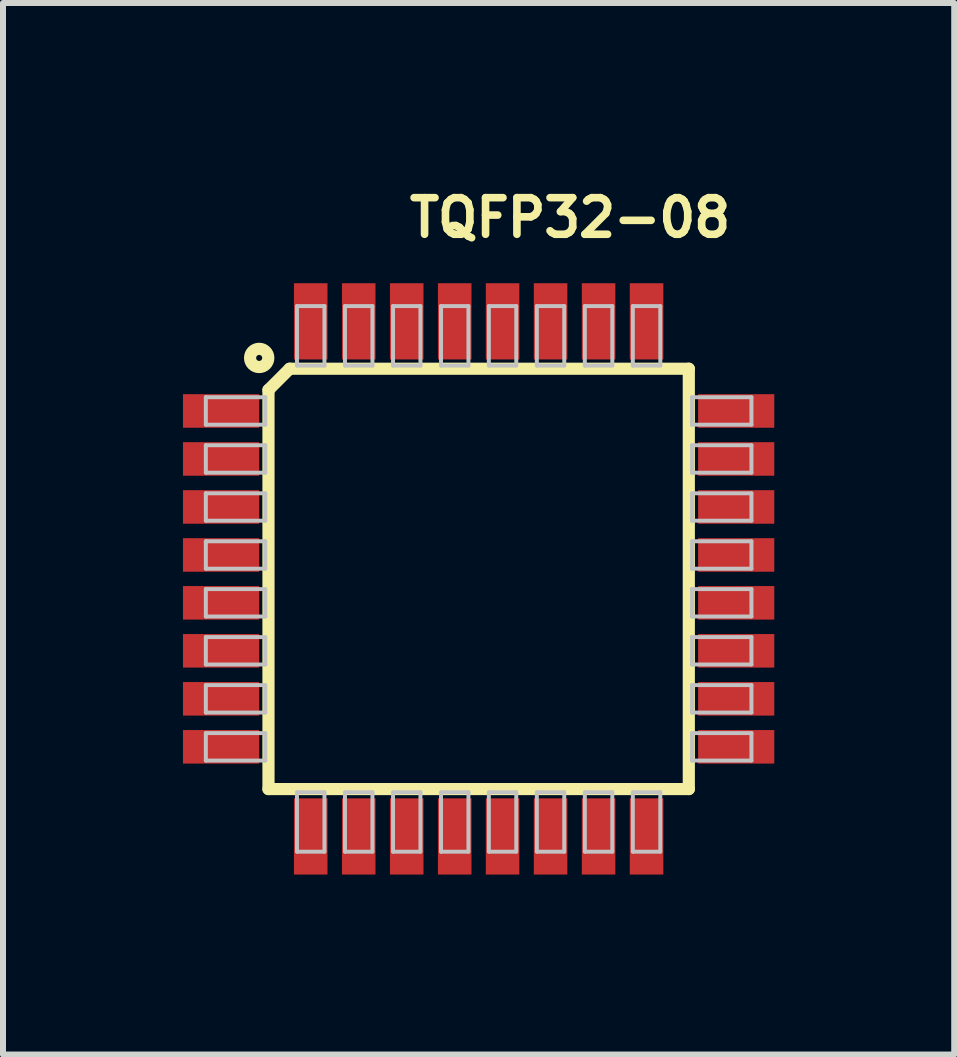
<source format=kicad_pcb>
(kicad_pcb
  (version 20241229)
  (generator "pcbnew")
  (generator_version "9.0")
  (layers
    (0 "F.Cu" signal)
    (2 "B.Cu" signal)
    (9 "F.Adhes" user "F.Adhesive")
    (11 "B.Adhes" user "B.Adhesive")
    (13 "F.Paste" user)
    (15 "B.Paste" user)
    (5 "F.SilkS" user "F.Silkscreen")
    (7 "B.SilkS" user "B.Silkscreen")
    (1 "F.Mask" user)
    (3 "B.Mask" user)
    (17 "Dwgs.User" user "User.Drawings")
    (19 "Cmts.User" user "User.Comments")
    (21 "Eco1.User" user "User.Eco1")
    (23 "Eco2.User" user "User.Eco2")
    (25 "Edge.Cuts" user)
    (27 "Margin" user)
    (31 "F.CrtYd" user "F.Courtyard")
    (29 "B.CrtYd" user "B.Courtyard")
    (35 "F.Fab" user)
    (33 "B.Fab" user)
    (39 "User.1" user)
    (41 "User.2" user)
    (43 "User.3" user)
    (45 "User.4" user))
  (footprint "TQFP32-08"
    (layer "F.Cu")
    (at 4.928 6.599)
    (property "Reference" "TQFP32-08" (at 1.524 -6.02 0) (layer "F.SilkS") (effects (font (size 0.61 0.61) (thickness 0.127))))
    (attr smd)
    (fp_line (start -3.503 3.503) (end -3.503 -3.15) (stroke (width 0.203) (type solid)) (layer "F.SilkS"))
    (fp_line (start -3.15 -3.503) (end -3.503 -3.15) (stroke (width 0.203) (type solid)) (layer "F.SilkS"))
    (fp_line (start -3.15 -3.503) (end 3.503 -3.503) (stroke (width 0.203) (type solid)) (layer "F.SilkS"))
    (fp_line (start 3.503 -3.503) (end 3.503 3.503) (stroke (width 0.203) (type solid)) (layer "F.SilkS"))
    (fp_line (start 3.503 3.503) (end -3.503 3.503) (stroke (width 0.203) (type solid)) (layer "F.SilkS"))
    (fp_circle (center -3.658 -3.683) (end -3.658 -3.835) (stroke (width 0.203) (type solid)) (fill no) (layer "F.SilkS"))
    (fp_line (start -4.547 -3.028) (end -3.556 -3.028) (stroke (width 0.066) (type solid)) (layer "Dwgs.User"))
    (fp_line (start -4.547 -2.57) (end -4.547 -3.028) (stroke (width 0.066) (type solid)) (layer "Dwgs.User"))
    (fp_line (start -4.547 -2.57) (end -3.556 -2.57) (stroke (width 0.066) (type solid)) (layer "Dwgs.User"))
    (fp_line (start -4.547 -2.228) (end -3.556 -2.228) (stroke (width 0.066) (type solid)) (layer "Dwgs.User"))
    (fp_line (start -4.547 -1.77) (end -4.547 -2.228) (stroke (width 0.066) (type solid)) (layer "Dwgs.User"))
    (fp_line (start -4.547 -1.77) (end -3.556 -1.77) (stroke (width 0.066) (type solid)) (layer "Dwgs.User"))
    (fp_line (start -4.547 -1.427) (end -3.556 -1.427) (stroke (width 0.066) (type solid)) (layer "Dwgs.User"))
    (fp_line (start -4.547 -0.97) (end -4.547 -1.427) (stroke (width 0.066) (type solid)) (layer "Dwgs.User"))
    (fp_line (start -4.547 -0.97) (end -3.556 -0.97) (stroke (width 0.066) (type solid)) (layer "Dwgs.User"))
    (fp_line (start -4.547 -0.627) (end -3.556 -0.627) (stroke (width 0.066) (type solid)) (layer "Dwgs.User"))
    (fp_line (start -4.547 -0.17) (end -4.547 -0.627) (stroke (width 0.066) (type solid)) (layer "Dwgs.User"))
    (fp_line (start -4.547 -0.17) (end -3.556 -0.17) (stroke (width 0.066) (type solid)) (layer "Dwgs.User"))
    (fp_line (start -4.547 0.17) (end -3.556 0.17) (stroke (width 0.066) (type solid)) (layer "Dwgs.User"))
    (fp_line (start -4.547 0.627) (end -4.547 0.17) (stroke (width 0.066) (type solid)) (layer "Dwgs.User"))
    (fp_line (start -4.547 0.627) (end -3.556 0.627) (stroke (width 0.066) (type solid)) (layer "Dwgs.User"))
    (fp_line (start -4.547 0.97) (end -3.556 0.97) (stroke (width 0.066) (type solid)) (layer "Dwgs.User"))
    (fp_line (start -4.547 1.427) (end -4.547 0.97) (stroke (width 0.066) (type solid)) (layer "Dwgs.User"))
    (fp_line (start -4.547 1.427) (end -3.556 1.427) (stroke (width 0.066) (type solid)) (layer "Dwgs.User"))
    (fp_line (start -4.547 1.77) (end -3.556 1.77) (stroke (width 0.066) (type solid)) (layer "Dwgs.User"))
    (fp_line (start -4.547 2.228) (end -4.547 1.77) (stroke (width 0.066) (type solid)) (layer "Dwgs.User"))
    (fp_line (start -4.547 2.228) (end -3.556 2.228) (stroke (width 0.066) (type solid)) (layer "Dwgs.User"))
    (fp_line (start -4.547 2.57) (end -3.556 2.57) (stroke (width 0.066) (type solid)) (layer "Dwgs.User"))
    (fp_line (start -4.547 3.028) (end -4.547 2.57) (stroke (width 0.066) (type solid)) (layer "Dwgs.User"))
    (fp_line (start -4.547 3.028) (end -3.556 3.028) (stroke (width 0.066) (type solid)) (layer "Dwgs.User"))
    (fp_line (start -3.556 -2.57) (end -3.556 -3.028) (stroke (width 0.066) (type solid)) (layer "Dwgs.User"))
    (fp_line (start -3.556 -1.77) (end -3.556 -2.228) (stroke (width 0.066) (type solid)) (layer "Dwgs.User"))
    (fp_line (start -3.556 -0.97) (end -3.556 -1.427) (stroke (width 0.066) (type solid)) (layer "Dwgs.User"))
    (fp_line (start -3.556 -0.17) (end -3.556 -0.627) (stroke (width 0.066) (type solid)) (layer "Dwgs.User"))
    (fp_line (start -3.556 0.627) (end -3.556 0.17) (stroke (width 0.066) (type solid)) (layer "Dwgs.User"))
    (fp_line (start -3.556 1.427) (end -3.556 0.97) (stroke (width 0.066) (type solid)) (layer "Dwgs.User"))
    (fp_line (start -3.556 2.228) (end -3.556 1.77) (stroke (width 0.066) (type solid)) (layer "Dwgs.User"))
    (fp_line (start -3.556 3.028) (end -3.556 2.57) (stroke (width 0.066) (type solid)) (layer "Dwgs.User"))
    (fp_line (start -3.028 -4.547) (end -2.57 -4.547) (stroke (width 0.066) (type solid)) (layer "Dwgs.User"))
    (fp_line (start -3.028 -3.556) (end -3.028 -4.547) (stroke (width 0.066) (type solid)) (layer "Dwgs.User"))
    (fp_line (start -3.028 -3.556) (end -2.57 -3.556) (stroke (width 0.066) (type solid)) (layer "Dwgs.User"))
    (fp_line (start -3.028 3.556) (end -2.57 3.556) (stroke (width 0.066) (type solid)) (layer "Dwgs.User"))
    (fp_line (start -3.028 4.547) (end -3.028 3.556) (stroke (width 0.066) (type solid)) (layer "Dwgs.User"))
    (fp_line (start -3.028 4.547) (end -2.57 4.547) (stroke (width 0.066) (type solid)) (layer "Dwgs.User"))
    (fp_line (start -2.57 -3.556) (end -2.57 -4.547) (stroke (width 0.066) (type solid)) (layer "Dwgs.User"))
    (fp_line (start -2.57 4.547) (end -2.57 3.556) (stroke (width 0.066) (type solid)) (layer "Dwgs.User"))
    (fp_line (start -2.228 -4.547) (end -1.77 -4.547) (stroke (width 0.066) (type solid)) (layer "Dwgs.User"))
    (fp_line (start -2.228 -3.556) (end -2.228 -4.547) (stroke (width 0.066) (type solid)) (layer "Dwgs.User"))
    (fp_line (start -2.228 -3.556) (end -1.77 -3.556) (stroke (width 0.066) (type solid)) (layer "Dwgs.User"))
    (fp_line (start -2.228 3.556) (end -1.77 3.556) (stroke (width 0.066) (type solid)) (layer "Dwgs.User"))
    (fp_line (start -2.228 4.547) (end -2.228 3.556) (stroke (width 0.066) (type solid)) (layer "Dwgs.User"))
    (fp_line (start -2.228 4.547) (end -1.77 4.547) (stroke (width 0.066) (type solid)) (layer "Dwgs.User"))
    (fp_line (start -1.77 -3.556) (end -1.77 -4.547) (stroke (width 0.066) (type solid)) (layer "Dwgs.User"))
    (fp_line (start -1.77 4.547) (end -1.77 3.556) (stroke (width 0.066) (type solid)) (layer "Dwgs.User"))
    (fp_line (start -1.427 -4.547) (end -0.97 -4.547) (stroke (width 0.066) (type solid)) (layer "Dwgs.User"))
    (fp_line (start -1.427 -3.556) (end -1.427 -4.547) (stroke (width 0.066) (type solid)) (layer "Dwgs.User"))
    (fp_line (start -1.427 -3.556) (end -0.97 -3.556) (stroke (width 0.066) (type solid)) (layer "Dwgs.User"))
    (fp_line (start -1.427 3.556) (end -0.97 3.556) (stroke (width 0.066) (type solid)) (layer "Dwgs.User"))
    (fp_line (start -1.427 4.547) (end -1.427 3.556) (stroke (width 0.066) (type solid)) (layer "Dwgs.User"))
    (fp_line (start -1.427 4.547) (end -0.97 4.547) (stroke (width 0.066) (type solid)) (layer "Dwgs.User"))
    (fp_line (start -0.97 -3.556) (end -0.97 -4.547) (stroke (width 0.066) (type solid)) (layer "Dwgs.User"))
    (fp_line (start -0.97 4.547) (end -0.97 3.556) (stroke (width 0.066) (type solid)) (layer "Dwgs.User"))
    (fp_line (start -0.627 -4.547) (end -0.17 -4.547) (stroke (width 0.066) (type solid)) (layer "Dwgs.User"))
    (fp_line (start -0.627 -3.556) (end -0.627 -4.547) (stroke (width 0.066) (type solid)) (layer "Dwgs.User"))
    (fp_line (start -0.627 -3.556) (end -0.17 -3.556) (stroke (width 0.066) (type solid)) (layer "Dwgs.User"))
    (fp_line (start -0.627 3.556) (end -0.17 3.556) (stroke (width 0.066) (type solid)) (layer "Dwgs.User"))
    (fp_line (start -0.627 4.547) (end -0.627 3.556) (stroke (width 0.066) (type solid)) (layer "Dwgs.User"))
    (fp_line (start -0.627 4.547) (end -0.17 4.547) (stroke (width 0.066) (type solid)) (layer "Dwgs.User"))
    (fp_line (start -0.17 -3.556) (end -0.17 -4.547) (stroke (width 0.066) (type solid)) (layer "Dwgs.User"))
    (fp_line (start -0.17 4.547) (end -0.17 3.556) (stroke (width 0.066) (type solid)) (layer "Dwgs.User"))
    (fp_line (start 0.17 -4.547) (end 0.627 -4.547) (stroke (width 0.066) (type solid)) (layer "Dwgs.User"))
    (fp_line (start 0.17 -3.556) (end 0.17 -4.547) (stroke (width 0.066) (type solid)) (layer "Dwgs.User"))
    (fp_line (start 0.17 -3.556) (end 0.627 -3.556) (stroke (width 0.066) (type solid)) (layer "Dwgs.User"))
    (fp_line (start 0.17 3.556) (end 0.627 3.556) (stroke (width 0.066) (type solid)) (layer "Dwgs.User"))
    (fp_line (start 0.17 4.547) (end 0.17 3.556) (stroke (width 0.066) (type solid)) (layer "Dwgs.User"))
    (fp_line (start 0.17 4.547) (end 0.627 4.547) (stroke (width 0.066) (type solid)) (layer "Dwgs.User"))
    (fp_line (start 0.627 -3.556) (end 0.627 -4.547) (stroke (width 0.066) (type solid)) (layer "Dwgs.User"))
    (fp_line (start 0.627 4.547) (end 0.627 3.556) (stroke (width 0.066) (type solid)) (layer "Dwgs.User"))
    (fp_line (start 0.97 -4.547) (end 1.427 -4.547) (stroke (width 0.066) (type solid)) (layer "Dwgs.User"))
    (fp_line (start 0.97 -3.556) (end 0.97 -4.547) (stroke (width 0.066) (type solid)) (layer "Dwgs.User"))
    (fp_line (start 0.97 -3.556) (end 1.427 -3.556) (stroke (width 0.066) (type solid)) (layer "Dwgs.User"))
    (fp_line (start 0.97 3.556) (end 1.427 3.556) (stroke (width 0.066) (type solid)) (layer "Dwgs.User"))
    (fp_line (start 0.97 4.547) (end 0.97 3.556) (stroke (width 0.066) (type solid)) (layer "Dwgs.User"))
    (fp_line (start 0.97 4.547) (end 1.427 4.547) (stroke (width 0.066) (type solid)) (layer "Dwgs.User"))
    (fp_line (start 1.427 -3.556) (end 1.427 -4.547) (stroke (width 0.066) (type solid)) (layer "Dwgs.User"))
    (fp_line (start 1.427 4.547) (end 1.427 3.556) (stroke (width 0.066) (type solid)) (layer "Dwgs.User"))
    (fp_line (start 1.77 -4.547) (end 2.228 -4.547) (stroke (width 0.066) (type solid)) (layer "Dwgs.User"))
    (fp_line (start 1.77 -3.556) (end 1.77 -4.547) (stroke (width 0.066) (type solid)) (layer "Dwgs.User"))
    (fp_line (start 1.77 -3.556) (end 2.228 -3.556) (stroke (width 0.066) (type solid)) (layer "Dwgs.User"))
    (fp_line (start 1.77 3.556) (end 2.228 3.556) (stroke (width 0.066) (type solid)) (layer "Dwgs.User"))
    (fp_line (start 1.77 4.547) (end 1.77 3.556) (stroke (width 0.066) (type solid)) (layer "Dwgs.User"))
    (fp_line (start 1.77 4.547) (end 2.228 4.547) (stroke (width 0.066) (type solid)) (layer "Dwgs.User"))
    (fp_line (start 2.228 -3.556) (end 2.228 -4.547) (stroke (width 0.066) (type solid)) (layer "Dwgs.User"))
    (fp_line (start 2.228 4.547) (end 2.228 3.556) (stroke (width 0.066) (type solid)) (layer "Dwgs.User"))
    (fp_line (start 2.57 -4.547) (end 3.028 -4.547) (stroke (width 0.066) (type solid)) (layer "Dwgs.User"))
    (fp_line (start 2.57 -3.556) (end 2.57 -4.547) (stroke (width 0.066) (type solid)) (layer "Dwgs.User"))
    (fp_line (start 2.57 -3.556) (end 3.028 -3.556) (stroke (width 0.066) (type solid)) (layer "Dwgs.User"))
    (fp_line (start 2.57 3.556) (end 3.028 3.556) (stroke (width 0.066) (type solid)) (layer "Dwgs.User"))
    (fp_line (start 2.57 4.547) (end 2.57 3.556) (stroke (width 0.066) (type solid)) (layer "Dwgs.User"))
    (fp_line (start 2.57 4.547) (end 3.028 4.547) (stroke (width 0.066) (type solid)) (layer "Dwgs.User"))
    (fp_line (start 3.028 -3.556) (end 3.028 -4.547) (stroke (width 0.066) (type solid)) (layer "Dwgs.User"))
    (fp_line (start 3.028 4.547) (end 3.028 3.556) (stroke (width 0.066) (type solid)) (layer "Dwgs.User"))
    (fp_line (start 3.556 -3.028) (end 4.547 -3.028) (stroke (width 0.066) (type solid)) (layer "Dwgs.User"))
    (fp_line (start 3.556 -2.57) (end 3.556 -3.028) (stroke (width 0.066) (type solid)) (layer "Dwgs.User"))
    (fp_line (start 3.556 -2.57) (end 4.547 -2.57) (stroke (width 0.066) (type solid)) (layer "Dwgs.User"))
    (fp_line (start 3.556 -2.228) (end 4.547 -2.228) (stroke (width 0.066) (type solid)) (layer "Dwgs.User"))
    (fp_line (start 3.556 -1.77) (end 3.556 -2.228) (stroke (width 0.066) (type solid)) (layer "Dwgs.User"))
    (fp_line (start 3.556 -1.77) (end 4.547 -1.77) (stroke (width 0.066) (type solid)) (layer "Dwgs.User"))
    (fp_line (start 3.556 -1.427) (end 4.547 -1.427) (stroke (width 0.066) (type solid)) (layer "Dwgs.User"))
    (fp_line (start 3.556 -0.97) (end 3.556 -1.427) (stroke (width 0.066) (type solid)) (layer "Dwgs.User"))
    (fp_line (start 3.556 -0.97) (end 4.547 -0.97) (stroke (width 0.066) (type solid)) (layer "Dwgs.User"))
    (fp_line (start 3.556 -0.627) (end 4.547 -0.627) (stroke (width 0.066) (type solid)) (layer "Dwgs.User"))
    (fp_line (start 3.556 -0.17) (end 3.556 -0.627) (stroke (width 0.066) (type solid)) (layer "Dwgs.User"))
    (fp_line (start 3.556 -0.17) (end 4.547 -0.17) (stroke (width 0.066) (type solid)) (layer "Dwgs.User"))
    (fp_line (start 3.556 0.17) (end 4.547 0.17) (stroke (width 0.066) (type solid)) (layer "Dwgs.User"))
    (fp_line (start 3.556 0.627) (end 3.556 0.17) (stroke (width 0.066) (type solid)) (layer "Dwgs.User"))
    (fp_line (start 3.556 0.627) (end 4.547 0.627) (stroke (width 0.066) (type solid)) (layer "Dwgs.User"))
    (fp_line (start 3.556 0.97) (end 4.547 0.97) (stroke (width 0.066) (type solid)) (layer "Dwgs.User"))
    (fp_line (start 3.556 1.427) (end 3.556 0.97) (stroke (width 0.066) (type solid)) (layer "Dwgs.User"))
    (fp_line (start 3.556 1.427) (end 4.547 1.427) (stroke (width 0.066) (type solid)) (layer "Dwgs.User"))
    (fp_line (start 3.556 1.77) (end 4.547 1.77) (stroke (width 0.066) (type solid)) (layer "Dwgs.User"))
    (fp_line (start 3.556 2.228) (end 3.556 1.77) (stroke (width 0.066) (type solid)) (layer "Dwgs.User"))
    (fp_line (start 3.556 2.228) (end 4.547 2.228) (stroke (width 0.066) (type solid)) (layer "Dwgs.User"))
    (fp_line (start 3.556 2.57) (end 4.547 2.57) (stroke (width 0.066) (type solid)) (layer "Dwgs.User"))
    (fp_line (start 3.556 3.028) (end 3.556 2.57) (stroke (width 0.066) (type solid)) (layer "Dwgs.User"))
    (fp_line (start 3.556 3.028) (end 4.547 3.028) (stroke (width 0.066) (type solid)) (layer "Dwgs.User"))
    (fp_line (start 4.547 -2.57) (end 4.547 -3.028) (stroke (width 0.066) (type solid)) (layer "Dwgs.User"))
    (fp_line (start 4.547 -1.77) (end 4.547 -2.228) (stroke (width 0.066) (type solid)) (layer "Dwgs.User"))
    (fp_line (start 4.547 -0.97) (end 4.547 -1.427) (stroke (width 0.066) (type solid)) (layer "Dwgs.User"))
    (fp_line (start 4.547 -0.17) (end 4.547 -0.627) (stroke (width 0.066) (type solid)) (layer "Dwgs.User"))
    (fp_line (start 4.547 0.627) (end 4.547 0.17) (stroke (width 0.066) (type solid)) (layer "Dwgs.User"))
    (fp_line (start 4.547 1.427) (end 4.547 0.97) (stroke (width 0.066) (type solid)) (layer "Dwgs.User"))
    (fp_line (start 4.547 2.228) (end 4.547 1.77) (stroke (width 0.066) (type solid)) (layer "Dwgs.User"))
    (fp_line (start 4.547 3.028) (end 4.547 2.57) (stroke (width 0.066) (type solid)) (layer "Dwgs.User"))
    (pad "1" smd rect (at -4.293 -2.799) (size 1.27 0.559) (layers "F.Cu" "F.Mask" "F.Paste"))
    (pad "2" smd rect (at -4.293 -1.999) (size 1.27 0.559) (layers "F.Cu" "F.Mask" "F.Paste"))
    (pad "3" smd rect (at -4.293 -1.199) (size 1.27 0.559) (layers "F.Cu" "F.Mask" "F.Paste"))
    (pad "4" smd rect (at -4.293 -0.399) (size 1.27 0.559) (layers "F.Cu" "F.Mask" "F.Paste"))
    (pad "5" smd rect (at -4.293 0.399) (size 1.27 0.559) (layers "F.Cu" "F.Mask" "F.Paste"))
    (pad "6" smd rect (at -4.293 1.199) (size 1.27 0.559) (layers "F.Cu" "F.Mask" "F.Paste"))
    (pad "7" smd rect (at -4.293 1.999) (size 1.27 0.559) (layers "F.Cu" "F.Mask" "F.Paste"))
    (pad "8" smd rect (at -4.293 2.799) (size 1.27 0.559) (layers "F.Cu" "F.Mask" "F.Paste"))
    (pad "9" smd rect (at -2.799 4.293) (size 0.559 1.27) (layers "F.Cu" "F.Mask" "F.Paste"))
    (pad "10" smd rect (at -1.999 4.293) (size 0.559 1.27) (layers "F.Cu" "F.Mask" "F.Paste"))
    (pad "11" smd rect (at -1.199 4.293) (size 0.559 1.27) (layers "F.Cu" "F.Mask" "F.Paste"))
    (pad "12" smd rect (at -0.399 4.293) (size 0.559 1.27) (layers "F.Cu" "F.Mask" "F.Paste"))
    (pad "13" smd rect (at 0.399 4.293) (size 0.559 1.27) (layers "F.Cu" "F.Mask" "F.Paste"))
    (pad "14" smd rect (at 1.199 4.293) (size 0.559 1.27) (layers "F.Cu" "F.Mask" "F.Paste"))
    (pad "15" smd rect (at 1.999 4.293) (size 0.559 1.27) (layers "F.Cu" "F.Mask" "F.Paste"))
    (pad "16" smd rect (at 2.799 4.293) (size 0.559 1.27) (layers "F.Cu" "F.Mask" "F.Paste"))
    (pad "17" smd rect (at 4.293 2.799) (size 1.27 0.559) (layers "F.Cu" "F.Mask" "F.Paste"))
    (pad "18" smd rect (at 4.293 1.999) (size 1.27 0.559) (layers "F.Cu" "F.Mask" "F.Paste"))
    (pad "19" smd rect (at 4.293 1.199) (size 1.27 0.559) (layers "F.Cu" "F.Mask" "F.Paste"))
    (pad "20" smd rect (at 4.293 0.399) (size 1.27 0.559) (layers "F.Cu" "F.Mask" "F.Paste"))
    (pad "21" smd rect (at 4.293 -0.399) (size 1.27 0.559) (layers "F.Cu" "F.Mask" "F.Paste"))
    (pad "22" smd rect (at 4.293 -1.199) (size 1.27 0.559) (layers "F.Cu" "F.Mask" "F.Paste"))
    (pad "23" smd rect (at 4.293 -1.999) (size 1.27 0.559) (layers "F.Cu" "F.Mask" "F.Paste"))
    (pad "24" smd rect (at 4.293 -2.799) (size 1.27 0.559) (layers "F.Cu" "F.Mask" "F.Paste"))
    (pad "25" smd rect (at 2.799 -4.293) (size 0.559 1.27) (layers "F.Cu" "F.Mask" "F.Paste"))
    (pad "26" smd rect (at 1.999 -4.293) (size 0.559 1.27) (layers "F.Cu" "F.Mask" "F.Paste"))
    (pad "27" smd rect (at 1.199 -4.293) (size 0.559 1.27) (layers "F.Cu" "F.Mask" "F.Paste"))
    (pad "28" smd rect (at 0.399 -4.293) (size 0.559 1.27) (layers "F.Cu" "F.Mask" "F.Paste"))
    (pad "29" smd rect (at -0.399 -4.293) (size 0.559 1.27) (layers "F.Cu" "F.Mask" "F.Paste"))
    (pad "30" smd rect (at -1.199 -4.293) (size 0.559 1.27) (layers "F.Cu" "F.Mask" "F.Paste"))
    (pad "31" smd rect (at -1.999 -4.293) (size 0.559 1.27) (layers "F.Cu" "F.Mask" "F.Paste"))
    (pad "32" smd rect (at -2.799 -4.293) (size 0.559 1.27) (layers "F.Cu" "F.Mask" "F.Paste")))
  (gr_rect
    (start -3 -3)
    (end 12.855 14.527)
    (stroke (width 0.1) (type default))
    (fill no)
    (layer "Edge.Cuts")))
</source>
